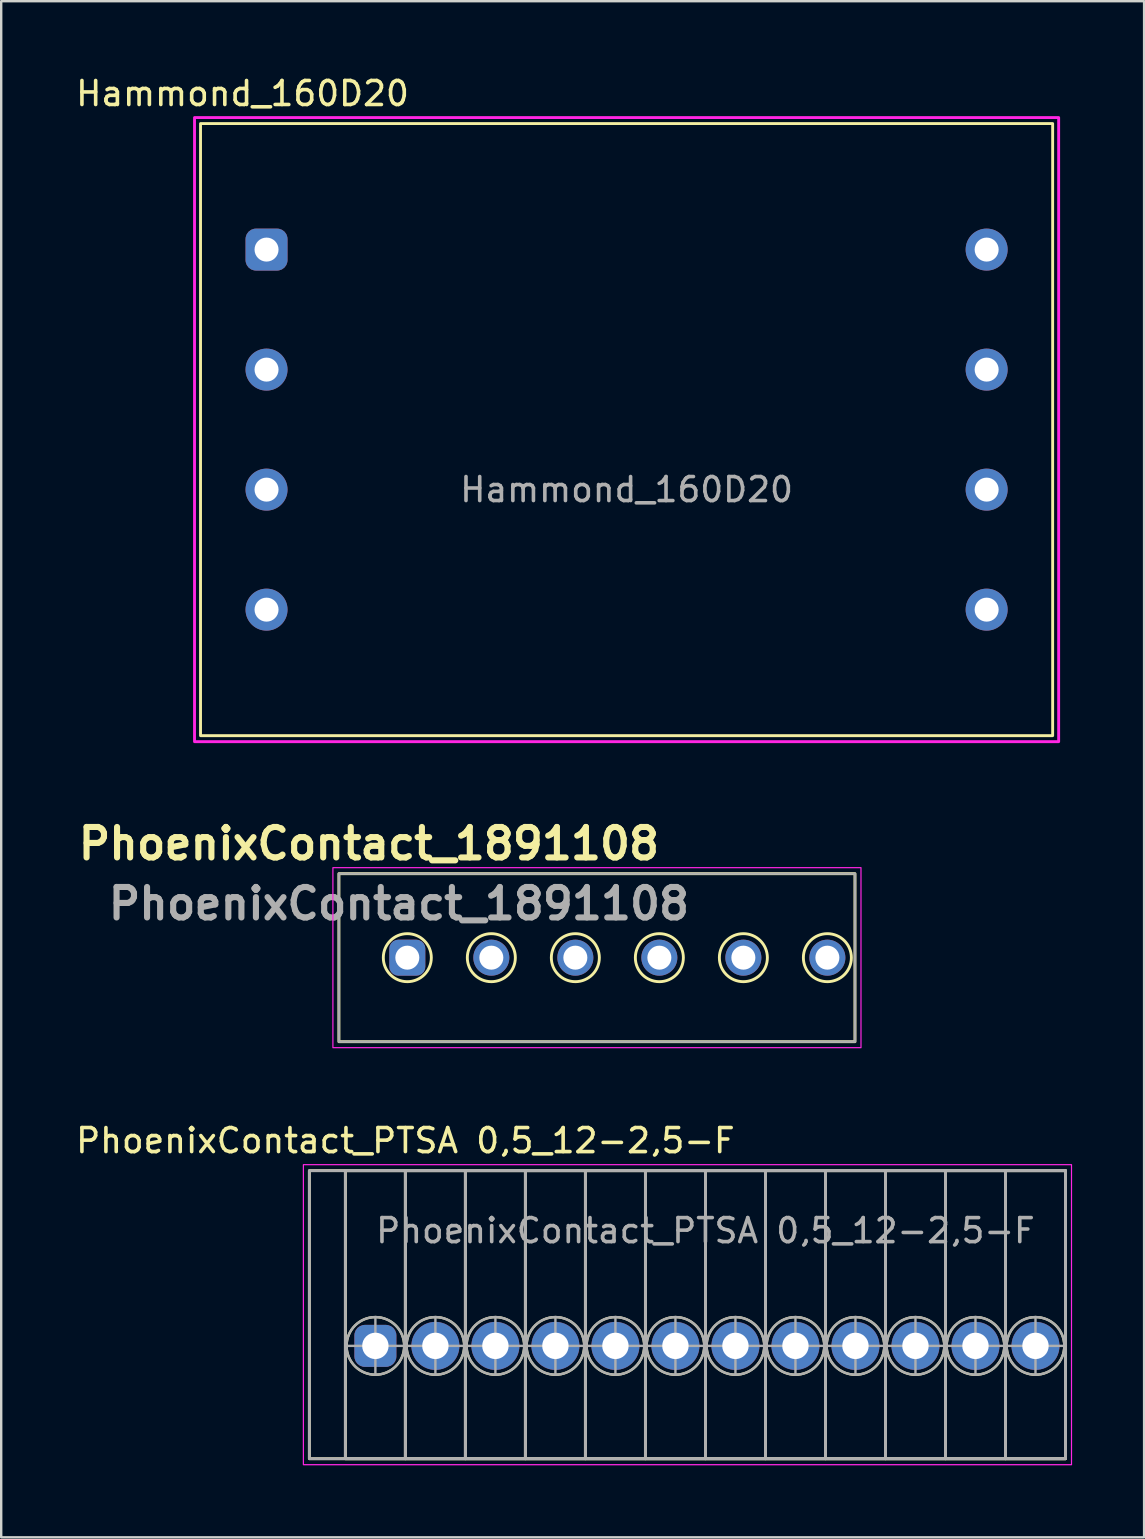
<source format=kicad_pcb>
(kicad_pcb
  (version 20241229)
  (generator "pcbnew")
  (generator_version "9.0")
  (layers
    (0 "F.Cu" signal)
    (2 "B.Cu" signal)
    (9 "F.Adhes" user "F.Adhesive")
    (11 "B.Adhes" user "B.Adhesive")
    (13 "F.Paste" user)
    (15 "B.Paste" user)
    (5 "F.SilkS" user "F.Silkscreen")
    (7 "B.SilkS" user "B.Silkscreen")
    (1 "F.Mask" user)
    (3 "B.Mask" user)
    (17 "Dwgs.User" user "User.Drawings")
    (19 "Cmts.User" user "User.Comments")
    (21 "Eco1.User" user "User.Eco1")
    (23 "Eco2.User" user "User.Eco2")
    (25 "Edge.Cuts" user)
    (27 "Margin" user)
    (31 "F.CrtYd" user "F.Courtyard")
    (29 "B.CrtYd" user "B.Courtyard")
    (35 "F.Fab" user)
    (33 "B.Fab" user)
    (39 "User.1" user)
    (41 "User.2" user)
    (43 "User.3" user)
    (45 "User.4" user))
  (footprint "Hammond_160D20"
    (layer "F.Cu")
    (at 8.054 7.348)
    (property "Reference" "Hammond_160D20" (at -1 -6.5 0) (unlocked yes) (layer "F.SilkS") (effects (font (size 1 1) (thickness 0.15))))
    (attr through_hole)
    (fp_rect (start -2.75 -5.25) (end 32.75 20.25) (stroke (width 0.12) (type solid)) (fill no) (layer "F.SilkS"))
    (fp_rect (start -3 -5.5) (end 33 20.5) (stroke (width 0.12) (type solid)) (fill no) (layer "F.CrtYd"))
    (fp_text user "${REFERENCE}" (at 15 10 0) (unlocked yes) (layer "F.Fab") (effects (font (size 1 1) (thickness 0.15))))
    (pad "1" thru_hole roundrect (at 0 0) (size 1.75 1.75) (drill 1) (layers "*.Cu" "*.Mask") (roundrect_rratio 0.25))
    (pad "2" thru_hole circle (at 0 5) (size 1.75 1.75) (drill 1) (layers "*.Cu" "*.Mask"))
    (pad "3" thru_hole circle (at 0 10) (size 1.75 1.75) (drill 1) (layers "*.Cu" "*.Mask"))
    (pad "4" thru_hole circle (at 0 15) (size 1.75 1.75) (drill 1) (layers "*.Cu" "*.Mask"))
    (pad "5" thru_hole circle (at 30 15) (size 1.75 1.75) (drill 1) (layers "*.Cu" "*.Mask"))
    (pad "6" thru_hole circle (at 30 10) (size 1.75 1.75) (drill 1) (layers "*.Cu" "*.Mask"))
    (pad "7" thru_hole circle (at 30 5) (size 1.75 1.75) (drill 1) (layers "*.Cu" "*.Mask"))
    (pad "8" thru_hole circle (at 30 0) (size 1.75 1.75) (drill 1) (layers "*.Cu" "*.Mask")))
  (footprint "PhoenixContact_PTSA 0,5_12-2,5-F"
    (layer "F.Cu")
    (at 12.589 53.021)
    (property "Reference" "PhoenixContact_PTSA 0,5_12-2,5-F" (at 1.25 -8.551 0) (unlocked yes) (layer "F.SilkS") (effects (font (size 1 1) (thickness 0.15))))
    (attr through_hole)
    (fp_rect (start -2.75 -7.301) (end 28.75 4.699) (stroke (width 0.12) (type solid)) (fill no) (layer "F.SilkS"))
    (fp_rect (start -1.25 -7.301) (end 1.25 4.699) (stroke (width 0.12) (type solid)) (fill no) (layer "F.SilkS"))
    (fp_rect (start 1.25 -7.301) (end 3.75 4.699) (stroke (width 0.12) (type solid)) (fill no) (layer "F.SilkS"))
    (fp_rect (start 3.75 -7.301) (end 6.25 4.699) (stroke (width 0.12) (type solid)) (fill no) (layer "F.SilkS"))
    (fp_rect (start 6.25 -7.301) (end 8.75 4.699) (stroke (width 0.12) (type solid)) (fill no) (layer "F.SilkS"))
    (fp_rect (start 8.75 -7.301) (end 11.25 4.699) (stroke (width 0.12) (type solid)) (fill no) (layer "F.SilkS"))
    (fp_rect (start 11.25 -7.301) (end 13.75 4.699) (stroke (width 0.12) (type solid)) (fill no) (layer "F.SilkS"))
    (fp_rect (start 13.75 -7.301) (end 16.25 4.699) (stroke (width 0.12) (type solid)) (fill no) (layer "F.SilkS"))
    (fp_rect (start 16.25 -7.301) (end 18.75 4.699) (stroke (width 0.12) (type solid)) (fill no) (layer "F.SilkS"))
    (fp_rect (start 18.75 -7.301) (end 21.25 4.699) (stroke (width 0.12) (type solid)) (fill no) (layer "F.SilkS"))
    (fp_rect (start 21.25 -7.301) (end 23.75 4.699) (stroke (width 0.12) (type solid)) (fill no) (layer "F.SilkS"))
    (fp_rect (start 23.75 -7.301) (end 26.25 4.699) (stroke (width 0.12) (type solid)) (fill no) (layer "F.SilkS"))
    (fp_rect (start 26.25 -7.301) (end 28.75 4.699) (stroke (width 0.12) (type solid)) (fill no) (layer "F.SilkS"))
    (fp_circle (center 0 0) (end 0.849 0.849) (stroke (width 0.1) (type solid)) (fill no) (layer "F.SilkS"))
    (fp_circle (center 2.5 0) (end 3.349 0.849) (stroke (width 0.1) (type solid)) (fill no) (layer "F.SilkS"))
    (fp_circle (center 5 0) (end 5.849 0.849) (stroke (width 0.1) (type solid)) (fill no) (layer "F.SilkS"))
    (fp_circle (center 7.5 0) (end 8.349 0.849) (stroke (width 0.1) (type solid)) (fill no) (layer "F.SilkS"))
    (fp_circle (center 10 0) (end 10.849 0.849) (stroke (width 0.1) (type solid)) (fill no) (layer "F.SilkS"))
    (fp_circle (center 12.5 0) (end 13.349 0.849) (stroke (width 0.1) (type solid)) (fill no) (layer "F.SilkS"))
    (fp_circle (center 15 0) (end 15.849 0.849) (stroke (width 0.1) (type solid)) (fill no) (layer "F.SilkS"))
    (fp_circle (center 17.5 0) (end 18.349 0.849) (stroke (width 0.1) (type solid)) (fill no) (layer "F.SilkS"))
    (fp_circle (center 20 0) (end 20.849 0.849) (stroke (width 0.1) (type solid)) (fill no) (layer "F.SilkS"))
    (fp_circle (center 22.5 0) (end 23.349 0.849) (stroke (width 0.1) (type solid)) (fill no) (layer "F.SilkS"))
    (fp_circle (center 25 0) (end 25.849 0.849) (stroke (width 0.1) (type solid)) (fill no) (layer "F.SilkS"))
    (fp_circle (center 27.5 0) (end 28.349 0.849) (stroke (width 0.1) (type solid)) (fill no) (layer "F.SilkS"))
    (fp_rect (start -3 -7.551) (end 29 4.949) (stroke (width 0.05) (type solid)) (fill no) (layer "F.CrtYd"))
    (fp_line (start -1.2 -0.001) (end 1.2 -0.001) (stroke (width 0.1) (type solid)) (layer "F.Fab"))
    (fp_line (start 0 -1.201) (end 0 1.199) (stroke (width 0.1) (type solid)) (layer "F.Fab"))
    (fp_line (start 2.5 -1.201) (end 2.5 1.199) (stroke (width 0.1) (type solid)) (layer "F.Fab"))
    (fp_line (start 3.7 -0.001) (end 1.3 -0.001) (stroke (width 0.1) (type solid)) (layer "F.Fab"))
    (fp_line (start 5 -1.201) (end 5 1.199) (stroke (width 0.1) (type solid)) (layer "F.Fab"))
    (fp_line (start 6.2 -0.001) (end 3.8 -0.001) (stroke (width 0.1) (type solid)) (layer "F.Fab"))
    (fp_line (start 7.5 -1.201) (end 7.5 1.199) (stroke (width 0.1) (type solid)) (layer "F.Fab"))
    (fp_line (start 8.7 -0.001) (end 6.3 -0.001) (stroke (width 0.1) (type solid)) (layer "F.Fab"))
    (fp_line (start 10 -1.201) (end 10 1.199) (stroke (width 0.1) (type solid)) (layer "F.Fab"))
    (fp_line (start 11.2 -0.001) (end 8.8 -0.001) (stroke (width 0.1) (type solid)) (layer "F.Fab"))
    (fp_line (start 12.5 -1.201) (end 12.5 1.199) (stroke (width 0.1) (type solid)) (layer "F.Fab"))
    (fp_line (start 13.7 -0.001) (end 11.3 -0.001) (stroke (width 0.1) (type solid)) (layer "F.Fab"))
    (fp_line (start 15 -1.201) (end 15 1.199) (stroke (width 0.1) (type solid)) (layer "F.Fab"))
    (fp_line (start 16.2 -0.001) (end 13.8 -0.001) (stroke (width 0.1) (type solid)) (layer "F.Fab"))
    (fp_line (start 17.5 -1.201) (end 17.5 1.199) (stroke (width 0.1) (type solid)) (layer "F.Fab"))
    (fp_line (start 18.7 -0.001) (end 16.3 -0.001) (stroke (width 0.1) (type solid)) (layer "F.Fab"))
    (fp_line (start 20 -1.201) (end 20 1.199) (stroke (width 0.1) (type solid)) (layer "F.Fab"))
    (fp_line (start 21.2 -0.001) (end 18.8 -0.001) (stroke (width 0.1) (type solid)) (layer "F.Fab"))
    (fp_line (start 22.5 -1.201) (end 22.5 1.199) (stroke (width 0.1) (type solid)) (layer "F.Fab"))
    (fp_line (start 23.7 -0.001) (end 21.3 -0.001) (stroke (width 0.1) (type solid)) (layer "F.Fab"))
    (fp_line (start 25 -1.201) (end 25 1.199) (stroke (width 0.1) (type solid)) (layer "F.Fab"))
    (fp_line (start 26.2 -0.001) (end 23.8 -0.001) (stroke (width 0.1) (type solid)) (layer "F.Fab"))
    (fp_line (start 27.5 -1.201) (end 27.5 1.199) (stroke (width 0.1) (type solid)) (layer "F.Fab"))
    (fp_line (start 28.7 -0.001) (end 26.3 -0.001) (stroke (width 0.1) (type solid)) (layer "F.Fab"))
    (fp_rect (start -2.75 -7.301) (end 28.75 4.699) (stroke (width 0.12) (type solid)) (fill no) (layer "F.Fab"))
    (fp_rect (start -1.25 -7.301) (end 1.25 4.699) (stroke (width 0.12) (type solid)) (fill no) (layer "F.Fab"))
    (fp_rect (start 1.25 -7.301) (end 3.75 4.699) (stroke (width 0.12) (type solid)) (fill no) (layer "F.Fab"))
    (fp_rect (start 3.75 -7.301) (end 6.25 4.699) (stroke (width 0.12) (type solid)) (fill no) (layer "F.Fab"))
    (fp_rect (start 6.25 -7.301) (end 8.75 4.699) (stroke (width 0.12) (type solid)) (fill no) (layer "F.Fab"))
    (fp_rect (start 8.75 -7.301) (end 11.25 4.699) (stroke (width 0.12) (type solid)) (fill no) (layer "F.Fab"))
    (fp_rect (start 11.25 -7.301) (end 13.75 4.699) (stroke (width 0.12) (type solid)) (fill no) (layer "F.Fab"))
    (fp_rect (start 13.75 -7.301) (end 16.25 4.699) (stroke (width 0.12) (type solid)) (fill no) (layer "F.Fab"))
    (fp_rect (start 16.25 -7.301) (end 18.75 4.699) (stroke (width 0.12) (type solid)) (fill no) (layer "F.Fab"))
    (fp_rect (start 18.75 -7.301) (end 21.25 4.699) (stroke (width 0.12) (type solid)) (fill no) (layer "F.Fab"))
    (fp_rect (start 21.25 -7.301) (end 23.75 4.699) (stroke (width 0.12) (type solid)) (fill no) (layer "F.Fab"))
    (fp_rect (start 23.75 -7.301) (end 26.25 4.699) (stroke (width 0.12) (type solid)) (fill no) (layer "F.Fab"))
    (fp_rect (start 26.25 -7.301) (end 28.75 4.699) (stroke (width 0.12) (type solid)) (fill no) (layer "F.Fab"))
    (fp_circle (center 0 -0.001) (end 0 -1.201) (stroke (width 0.1) (type solid)) (fill no) (layer "F.Fab"))
    (fp_circle (center 2.5 -0.001) (end 3.7 -0.001) (stroke (width 0.1) (type solid)) (fill no) (layer "F.Fab"))
    (fp_circle (center 5 -0.001) (end 6.2 -0.001) (stroke (width 0.1) (type solid)) (fill no) (layer "F.Fab"))
    (fp_circle (center 7.5 -0.001) (end 8.7 -0.001) (stroke (width 0.1) (type solid)) (fill no) (layer "F.Fab"))
    (fp_circle (center 10 -0.001) (end 11.2 -0.001) (stroke (width 0.1) (type solid)) (fill no) (layer "F.Fab"))
    (fp_circle (center 12.5 -0.001) (end 13.7 -0.001) (stroke (width 0.1) (type solid)) (fill no) (layer "F.Fab"))
    (fp_circle (center 15 -0.001) (end 16.2 -0.001) (stroke (width 0.1) (type solid)) (fill no) (layer "F.Fab"))
    (fp_circle (center 17.5 -0.001) (end 18.7 -0.001) (stroke (width 0.1) (type solid)) (fill no) (layer "F.Fab"))
    (fp_circle (center 20 -0.001) (end 21.2 -0.001) (stroke (width 0.1) (type solid)) (fill no) (layer "F.Fab"))
    (fp_circle (center 22.5 -0.001) (end 23.7 -0.001) (stroke (width 0.1) (type solid)) (fill no) (layer "F.Fab"))
    (fp_circle (center 25 -0.001) (end 26.2 -0.001) (stroke (width 0.1) (type solid)) (fill no) (layer "F.Fab"))
    (fp_circle (center 27.5 -0.001) (end 28.7 -0.001) (stroke (width 0.1) (type solid)) (fill no) (layer "F.Fab"))
    (fp_text user "${REFERENCE}" (at 13.75 -4.801 0) (unlocked yes) (layer "F.Fab") (effects (font (size 1 1) (thickness 0.15))))
    (pad "1" thru_hole roundrect (at 0 -0.001) (size 1.75 1.75) (drill 1.1) (layers "*.Cu" "*.Mask") (roundrect_rratio 0.25))
    (pad "2" thru_hole circle (at 2.5 -0.001) (size 2 2) (drill 1.1) (layers "*.Cu" "*.Mask"))
    (pad "3" thru_hole circle (at 5 -0.001) (size 2 2) (drill 1.1) (layers "*.Cu" "*.Mask"))
    (pad "4" thru_hole circle (at 7.5 -0.001) (size 2 2) (drill 1.1) (layers "*.Cu" "*.Mask"))
    (pad "5" thru_hole circle (at 10 -0.001) (size 2 2) (drill 1.1) (layers "*.Cu" "*.Mask"))
    (pad "6" thru_hole circle (at 12.5 -0.001) (size 2 2) (drill 1.1) (layers "*.Cu" "*.Mask"))
    (pad "7" thru_hole circle (at 15 -0.001) (size 2 2) (drill 1.1) (layers "*.Cu" "*.Mask"))
    (pad "8" thru_hole circle (at 17.5 -0.001) (size 2 2) (drill 1.1) (layers "*.Cu" "*.Mask"))
    (pad "9" thru_hole circle (at 20 -0.001) (size 2 2) (drill 1.1) (layers "*.Cu" "*.Mask"))
    (pad "10" thru_hole circle (at 22.5 -0.001) (size 2 2) (drill 1.1) (layers "*.Cu" "*.Mask"))
    (pad "11" thru_hole circle (at 25 -0.001) (size 2 2) (drill 1.1) (layers "*.Cu" "*.Mask"))
    (pad "12" thru_hole circle (at 27.5 -0.001) (size 2 2) (drill 1.1) (layers "*.Cu" "*.Mask")))
  (footprint "PhoenixContact_1891108"
    (layer "F.Cu")
    (at 13.919 36.847)
    (property "Reference" "PhoenixContact_1891108" (at -1.6 -4.75 0) (layer "F.SilkS") (effects (font (size 1.27 1.27) (thickness 0.254))))
    (attr through_hole)
    (fp_rect (start -2.85 -3.5) (end 18.65 3.5) (stroke (width 0.12) (type solid)) (fill no) (layer "F.SilkS"))
    (fp_circle (center 0 0) (end 1 0) (stroke (width 0.12) (type solid)) (fill no) (layer "F.SilkS"))
    (fp_circle (center 3.5 0) (end 4.5 0) (stroke (width 0.12) (type solid)) (fill no) (layer "F.SilkS"))
    (fp_circle (center 7 0) (end 8 0) (stroke (width 0.12) (type solid)) (fill no) (layer "F.SilkS"))
    (fp_circle (center 10.5 0) (end 11.5 0) (stroke (width 0.12) (type solid)) (fill no) (layer "F.SilkS"))
    (fp_circle (center 14 0) (end 15 0) (stroke (width 0.12) (type solid)) (fill no) (layer "F.SilkS"))
    (fp_circle (center 17.5 0) (end 18.5 0) (stroke (width 0.12) (type solid)) (fill no) (layer "F.SilkS"))
    (fp_rect (start -3.1 -3.75) (end 18.9 3.75) (stroke (width 0.05) (type solid)) (fill no) (layer "F.CrtYd"))
    (fp_rect (start -2.85 -3.5) (end 18.65 3.5) (stroke (width 0.1) (type solid)) (fill no) (layer "F.Fab"))
    (fp_text user "${REFERENCE}" (at -0.35 -2.25 0) (layer "F.Fab") (effects (font (size 1.27 1.27) (thickness 0.254))))
    (pad "1" thru_hole roundrect (at 0 0) (size 1.5 1.5) (drill 1) (layers "*.Cu" "*.Mask") (roundrect_rratio 0.25))
    (pad "2" thru_hole circle (at 3.5 0) (size 1.5 1.5) (drill 1) (layers "*.Cu" "*.Mask"))
    (pad "3" thru_hole circle (at 7 0) (size 1.5 1.5) (drill 1) (layers "*.Cu" "*.Mask"))
    (pad "4" thru_hole circle (at 10.5 0) (size 1.5 1.5) (drill 1) (layers "*.Cu" "*.Mask"))
    (pad "5" thru_hole circle (at 14 0) (size 1.5 1.5) (drill 1) (layers "*.Cu" "*.Mask"))
    (pad "6" thru_hole circle (at 17.5 0) (size 1.5 1.5) (drill 1) (layers "*.Cu" "*.Mask")))
  (gr_rect
    (start -3 -3)
    (end 44.614 60.995)
    (stroke (width 0.1) (type default))
    (fill no)
    (layer "Edge.Cuts")))
</source>
